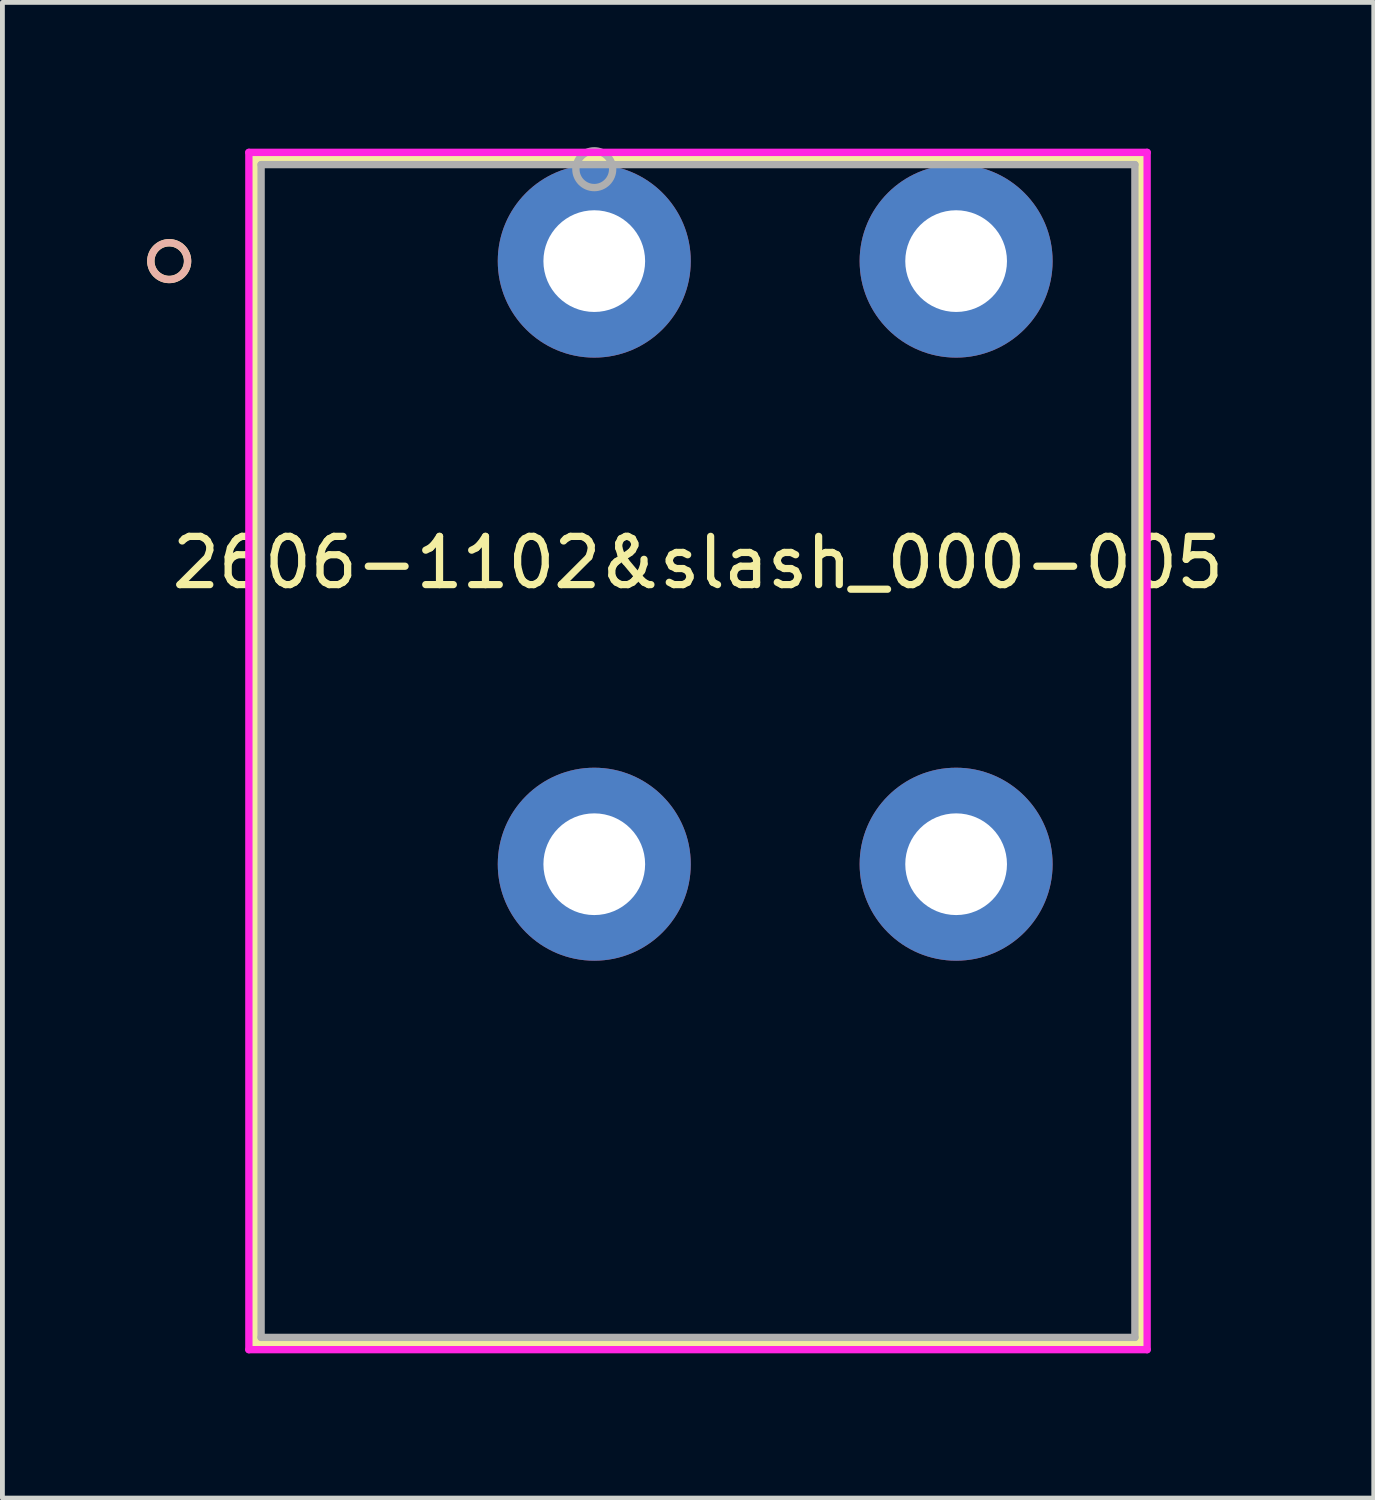
<source format=kicad_pcb>
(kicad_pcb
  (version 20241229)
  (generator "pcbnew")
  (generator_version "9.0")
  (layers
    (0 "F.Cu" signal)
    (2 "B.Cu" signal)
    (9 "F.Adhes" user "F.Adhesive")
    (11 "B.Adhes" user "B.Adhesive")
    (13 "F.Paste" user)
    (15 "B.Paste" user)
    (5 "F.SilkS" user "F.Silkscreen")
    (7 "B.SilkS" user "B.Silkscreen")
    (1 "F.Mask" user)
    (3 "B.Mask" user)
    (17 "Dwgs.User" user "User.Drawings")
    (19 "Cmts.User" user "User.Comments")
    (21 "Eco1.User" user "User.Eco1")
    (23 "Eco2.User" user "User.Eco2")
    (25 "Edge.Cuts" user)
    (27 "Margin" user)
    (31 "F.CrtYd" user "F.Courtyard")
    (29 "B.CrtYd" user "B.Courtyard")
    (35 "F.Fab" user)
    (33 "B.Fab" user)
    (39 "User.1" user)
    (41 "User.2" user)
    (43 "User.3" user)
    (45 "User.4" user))
  (footprint "2606-1102&slash_000-005"
    (layer "F.Cu")
    (at 9.267 2.362)
    (property "Reference" "2606-1102&slash_000-005" (at 2.15 6.25 0) (layer "F.SilkS") (effects (font (size 1 1) (thickness 0.15))))
    (attr through_hole)
    (fp_line (start -7.032 -2.127) (end -7.032 22.435) (stroke (width 0.152) (type solid)) (layer "F.SilkS"))
    (fp_line (start -7.032 22.435) (end 11.332 22.435) (stroke (width 0.152) (type solid)) (layer "F.SilkS"))
    (fp_line (start 11.332 -2.127) (end -7.032 -2.127) (stroke (width 0.152) (type solid)) (layer "F.SilkS"))
    (fp_line (start 11.332 22.435) (end 11.332 -2.127) (stroke (width 0.152) (type solid)) (layer "F.SilkS"))
    (fp_circle (center -8.81 0) (end -8.429 0) (stroke (width 0.152) (type solid)) (fill no) (layer "F.SilkS"))
    (fp_circle (center -8.81 0) (end -8.429 0) (stroke (width 0.152) (type solid)) (fill no) (layer "B.SilkS"))
    (fp_line (start -7.159 -2.254) (end -7.159 22.562) (stroke (width 0.152) (type solid)) (layer "F.CrtYd"))
    (fp_line (start -7.159 22.562) (end 11.459 22.562) (stroke (width 0.152) (type solid)) (layer "F.CrtYd"))
    (fp_line (start 11.459 -2.254) (end -7.159 -2.254) (stroke (width 0.152) (type solid)) (layer "F.CrtYd"))
    (fp_line (start 11.459 22.562) (end 11.459 -2.254) (stroke (width 0.152) (type solid)) (layer "F.CrtYd"))
    (fp_line (start -6.905 -2) (end -6.905 22.308) (stroke (width 0.152) (type solid)) (layer "F.Fab"))
    (fp_line (start -6.905 22.308) (end 11.205 22.308) (stroke (width 0.152) (type solid)) (layer "F.Fab"))
    (fp_line (start 11.205 -2) (end -6.905 -2) (stroke (width 0.152) (type solid)) (layer "F.Fab"))
    (fp_line (start 11.205 22.308) (end 11.205 -2) (stroke (width 0.152) (type solid)) (layer "F.Fab"))
    (fp_circle (center 0 -1.905) (end 0.381 -1.905) (stroke (width 0.152) (type solid)) (fill no) (layer "F.Fab"))
    (fp_text user "1" (at 0 0 0) (layer "Cmts.User") (effects (font (size 0.127 0.127) (thickness 0.002))))
    (pad "1" thru_hole circle (at -0.000001 0) (size 4 4) (drill 2.108) (layers "*.Cu" "*.Mask"))
    (pad "1" thru_hole circle (at -0.000001 12.5) (size 4 4) (drill 2.108) (layers "*.Cu" "*.Mask"))
    (pad "2" thru_hole circle (at 7.5 0) (size 4 4) (drill 2.108) (layers "*.Cu" "*.Mask"))
    (pad "2" thru_hole circle (at 7.5 12.5) (size 4 4) (drill 2.108) (layers "*.Cu" "*.Mask")))
  (gr_rect
    (start -3 -3)
    (end 25.423 28)
    (stroke (width 0.1) (type default))
    (fill no)
    (layer "Edge.Cuts")))
</source>
